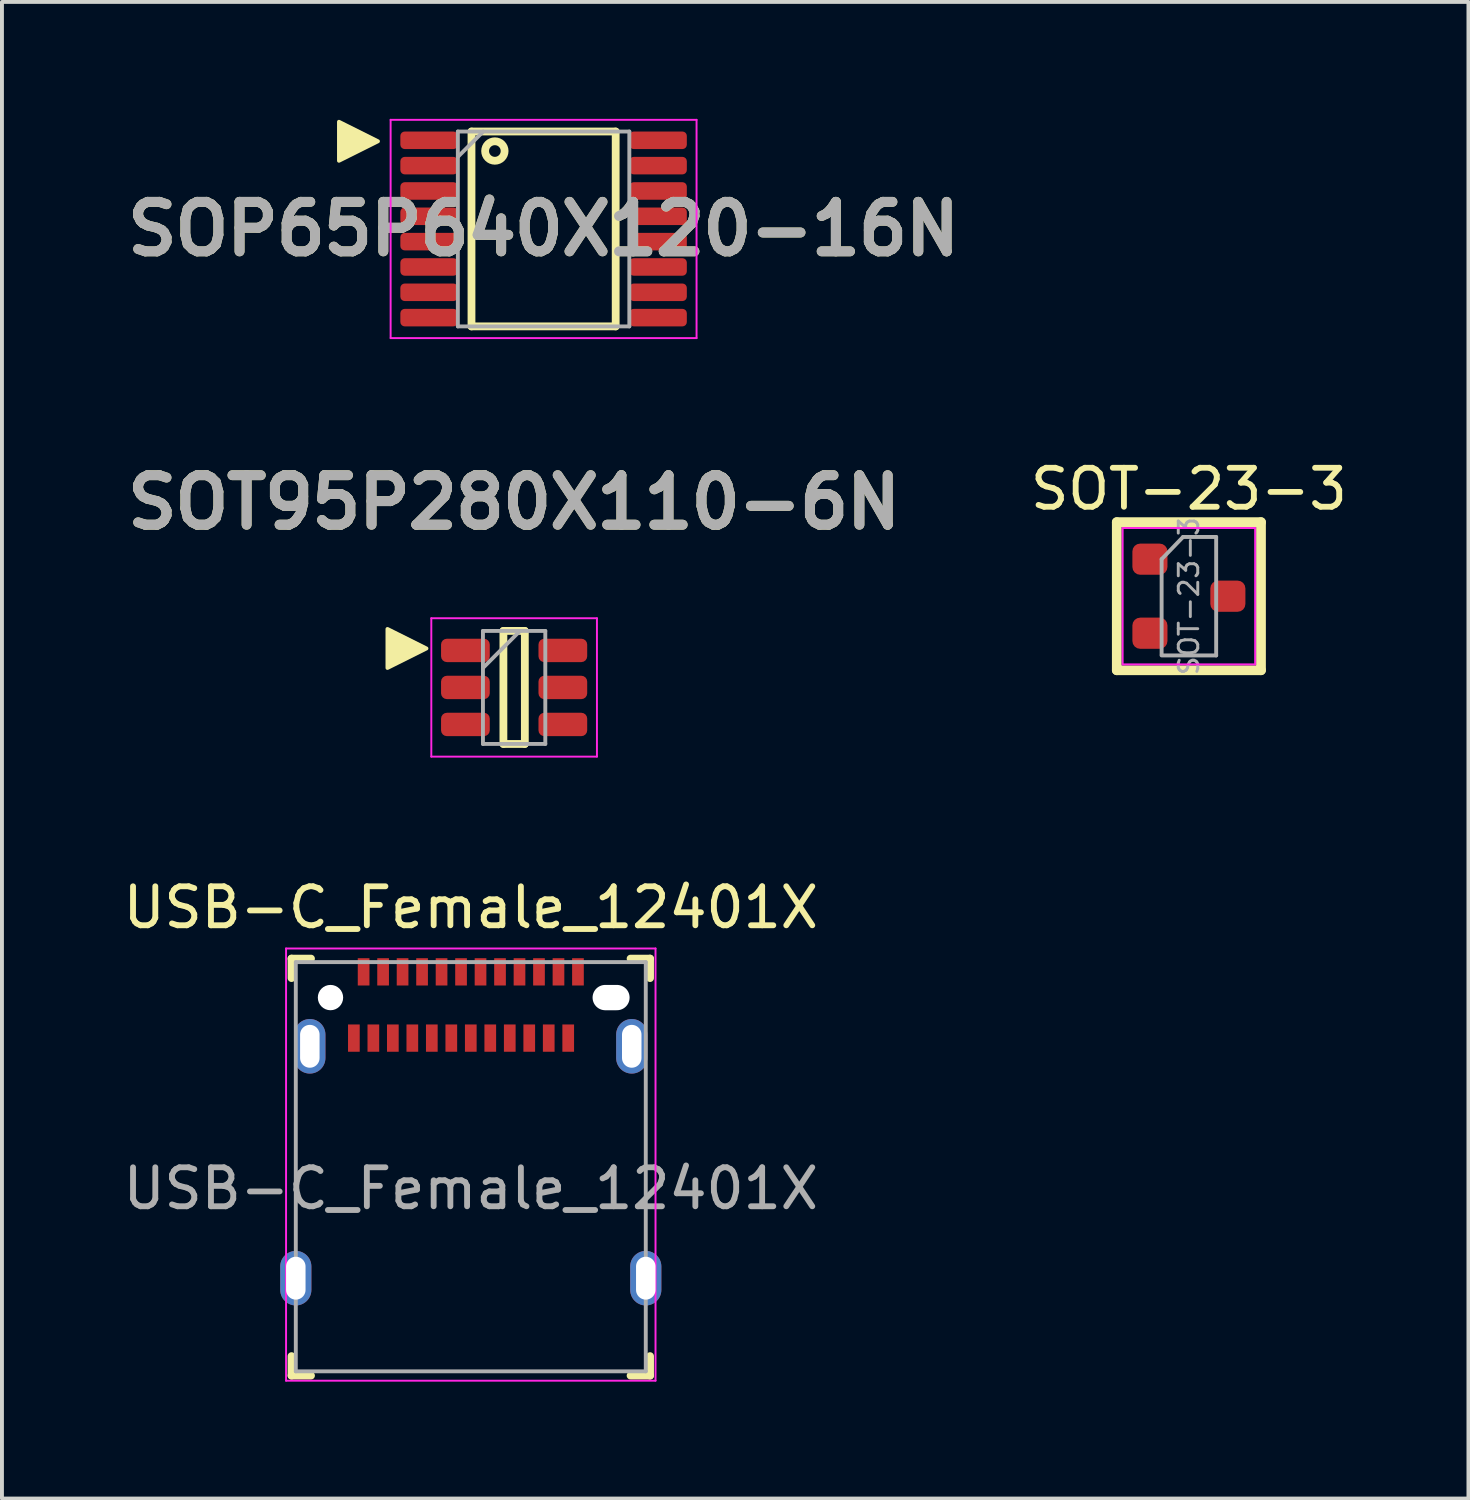
<source format=kicad_pcb>
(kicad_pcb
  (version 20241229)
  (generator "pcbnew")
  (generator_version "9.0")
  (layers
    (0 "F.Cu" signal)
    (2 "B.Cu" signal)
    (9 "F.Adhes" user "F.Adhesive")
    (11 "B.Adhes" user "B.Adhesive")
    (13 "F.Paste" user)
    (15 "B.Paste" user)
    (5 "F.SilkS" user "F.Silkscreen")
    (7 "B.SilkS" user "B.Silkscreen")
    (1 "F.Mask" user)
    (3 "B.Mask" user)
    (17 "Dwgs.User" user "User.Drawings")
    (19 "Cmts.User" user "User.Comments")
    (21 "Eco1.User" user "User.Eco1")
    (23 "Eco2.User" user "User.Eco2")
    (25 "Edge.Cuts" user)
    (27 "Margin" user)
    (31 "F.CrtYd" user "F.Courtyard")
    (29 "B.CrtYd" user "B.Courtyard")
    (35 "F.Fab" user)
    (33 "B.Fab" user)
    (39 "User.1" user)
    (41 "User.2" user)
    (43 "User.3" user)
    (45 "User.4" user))
  (footprint "USB-C_Female_12401X"
    (layer "F.Cu")
    (at 9.03 22.547)
    (property "Reference" "USB-C_Female_12401X" (at 0 -2.31 0) (layer "F.SilkS") (effects (font (size 1 1) (thickness 0.15))))
    (attr smd)
    (fp_line (start -4.6 -1) (end -4.6 -0.5) (stroke (width 0.2) (type solid)) (layer "F.SilkS"))
    (fp_line (start -4.6 -1) (end -4.1 -1) (stroke (width 0.2) (type solid)) (layer "F.SilkS"))
    (fp_line (start -4.6 9.7) (end -4.6 9.2) (stroke (width 0.2) (type solid)) (layer "F.SilkS"))
    (fp_line (start -4.6 9.7) (end -4.1 9.7) (stroke (width 0.2) (type solid)) (layer "F.SilkS"))
    (fp_line (start 4.6 -1) (end 4.1 -1) (stroke (width 0.2) (type solid)) (layer "F.SilkS"))
    (fp_line (start 4.6 -1) (end 4.6 -0.5) (stroke (width 0.2) (type solid)) (layer "F.SilkS"))
    (fp_line (start 4.6 9.7) (end 4.1 9.7) (stroke (width 0.2) (type solid)) (layer "F.SilkS"))
    (fp_line (start 4.6 9.7) (end 4.6 9.2) (stroke (width 0.2) (type solid)) (layer "F.SilkS"))
    (fp_line (start -4.74 -1.26) (end -4.74 9.83) (stroke (width 0.05) (type solid)) (layer "F.CrtYd"))
    (fp_line (start -4.74 -1.26) (end 4.74 -1.26) (stroke (width 0.05) (type solid)) (layer "F.CrtYd"))
    (fp_line (start -4.74 9.83) (end 4.74 9.83) (stroke (width 0.05) (type solid)) (layer "F.CrtYd"))
    (fp_line (start 4.74 -1.26) (end 4.74 9.83) (stroke (width 0.05) (type solid)) (layer "F.CrtYd"))
    (fp_line (start -4.49 -0.91) (end -4.49 9.59) (stroke (width 0.1) (type solid)) (layer "F.Fab"))
    (fp_line (start -4.49 -0.91) (end 4.49 -0.91) (stroke (width 0.1) (type solid)) (layer "F.Fab"))
    (fp_line (start -4.49 9.59) (end 4.49 9.59) (stroke (width 0.1) (type solid)) (layer "F.Fab"))
    (fp_line (start 4.49 -0.91) (end 4.49 9.59) (stroke (width 0.1) (type solid)) (layer "F.Fab"))
    (fp_text user "${REFERENCE}" (at 0 4.9 0) (layer "F.Fab") (effects (font (size 1 1) (thickness 0.15))))
    (pad "" np_thru_hole circle (at -3.6 0) (size 0.65 0.65) (drill 0.65) (layers "*.Cu" "*.Mask"))
    (pad "" np_thru_hole oval (at 3.6 0) (size 0.95 0.65) (drill oval 0.95 0.65) (layers "*.Cu" "*.Mask"))
    (pad "A1" smd rect (at -2.75 -0.66) (size 0.3 0.7) (layers "F.Cu" "F.Mask" "F.Paste"))
    (pad "A2" smd rect (at -2.25 -0.66) (size 0.3 0.7) (layers "F.Cu" "F.Mask" "F.Paste"))
    (pad "A3" smd rect (at -1.75 -0.66) (size 0.3 0.7) (layers "F.Cu" "F.Mask" "F.Paste"))
    (pad "A4" smd rect (at -1.25 -0.66) (size 0.3 0.7) (layers "F.Cu" "F.Mask" "F.Paste"))
    (pad "A5" smd rect (at -0.75 -0.66) (size 0.3 0.7) (layers "F.Cu" "F.Mask" "F.Paste"))
    (pad "A6" smd rect (at -0.25 -0.66) (size 0.3 0.7) (layers "F.Cu" "F.Mask" "F.Paste"))
    (pad "A7" smd rect (at 0.25 -0.66) (size 0.3 0.7) (layers "F.Cu" "F.Mask" "F.Paste"))
    (pad "A8" smd rect (at 0.75 -0.66) (size 0.3 0.7) (layers "F.Cu" "F.Mask" "F.Paste"))
    (pad "A9" smd rect (at 1.25 -0.66) (size 0.3 0.7) (layers "F.Cu" "F.Mask" "F.Paste"))
    (pad "A10" smd rect (at 1.75 -0.66) (size 0.3 0.7) (layers "F.Cu" "F.Mask" "F.Paste"))
    (pad "A11" smd rect (at 2.25 -0.66) (size 0.3 0.7) (layers "F.Cu" "F.Mask" "F.Paste"))
    (pad "A12" smd rect (at 2.75 -0.66) (size 0.3 0.7) (layers "F.Cu" "F.Mask" "F.Paste"))
    (pad "B1" smd rect (at 2.5 1.04) (size 0.3 0.7) (layers "F.Cu" "F.Mask" "F.Paste"))
    (pad "B2" smd rect (at 2 1.04) (size 0.3 0.7) (layers "F.Cu" "F.Mask" "F.Paste"))
    (pad "B3" smd rect (at 1.5 1.04) (size 0.3 0.7) (layers "F.Cu" "F.Mask" "F.Paste"))
    (pad "B4" smd rect (at 1 1.04) (size 0.3 0.7) (layers "F.Cu" "F.Mask" "F.Paste"))
    (pad "B5" smd rect (at 0.5 1.04) (size 0.3 0.7) (layers "F.Cu" "F.Mask" "F.Paste"))
    (pad "B6" smd rect (at 0 1.04) (size 0.3 0.7) (layers "F.Cu" "F.Mask" "F.Paste"))
    (pad "B7" smd rect (at -0.5 1.04) (size 0.3 0.7) (layers "F.Cu" "F.Mask" "F.Paste"))
    (pad "B8" smd rect (at -1 1.04) (size 0.3 0.7) (layers "F.Cu" "F.Mask" "F.Paste"))
    (pad "B9" smd rect (at -1.5 1.04) (size 0.3 0.7) (layers "F.Cu" "F.Mask" "F.Paste"))
    (pad "B10" smd rect (at -2 1.04) (size 0.3 0.7) (layers "F.Cu" "F.Mask" "F.Paste"))
    (pad "B11" smd rect (at -2.5 1.04) (size 0.3 0.7) (layers "F.Cu" "F.Mask" "F.Paste"))
    (pad "B12" smd rect (at -3 1.04) (size 0.3 0.7) (layers "F.Cu" "F.Mask" "F.Paste"))
    (pad "SH" thru_hole oval (at -4.49 7.2) (size 0.8 1.4) (drill oval 0.5 1.1) (layers "*.Cu" "*.Mask"))
    (pad "SH" thru_hole oval (at -4.13 1.25) (size 0.8 1.4) (drill oval 0.5 1.1) (layers "*.Cu" "*.Mask"))
    (pad "SH" thru_hole oval (at 4.13 1.25) (size 0.8 1.4) (drill oval 0.5 1.1) (layers "*.Cu" "*.Mask"))
    (pad "SH" thru_hole oval (at 4.49 7.2) (size 0.8 1.4) (drill oval 0.5 1.1) (layers "*.Cu" "*.Mask")))
  (footprint "SOT-23-3"
    (layer "F.Cu")
    (at 27.456 12.248)
    (property "Reference" "SOT-23-3" (at 0 -2.75 0) (layer "F.SilkS") (effects (font (size 1 1) (thickness 0.15))))
    (attr smd)
    (fp_line (start -1.85 -1.9) (end -1.85 1.9) (stroke (width 0.25) (type solid)) (layer "F.SilkS"))
    (fp_line (start -1.85 -1.9) (end 1.85 -1.9) (stroke (width 0.25) (type solid)) (layer "F.SilkS"))
    (fp_line (start -1.85 1.9) (end 1.85 1.9) (stroke (width 0.25) (type solid)) (layer "F.SilkS"))
    (fp_line (start 1.85 -1.9) (end 1.85 1.9) (stroke (width 0.25) (type solid)) (layer "F.SilkS"))
    (fp_line (start -1.7 -1.75) (end 1.7 -1.75) (stroke (width 0.05) (type solid)) (layer "F.CrtYd"))
    (fp_line (start -1.7 1.75) (end -1.7 -1.75) (stroke (width 0.05) (type solid)) (layer "F.CrtYd"))
    (fp_line (start 1.7 -1.75) (end 1.7 1.75) (stroke (width 0.05) (type solid)) (layer "F.CrtYd"))
    (fp_line (start 1.7 1.75) (end -1.7 1.75) (stroke (width 0.05) (type solid)) (layer "F.CrtYd"))
    (fp_line (start -0.7 -0.95) (end -0.7 1.5) (stroke (width 0.1) (type solid)) (layer "F.Fab"))
    (fp_line (start -0.7 -0.95) (end -0.15 -1.52) (stroke (width 0.1) (type solid)) (layer "F.Fab"))
    (fp_line (start -0.7 1.52) (end 0.7 1.52) (stroke (width 0.1) (type solid)) (layer "F.Fab"))
    (fp_line (start -0.15 -1.52) (end 0.7 -1.52) (stroke (width 0.1) (type solid)) (layer "F.Fab"))
    (fp_line (start 0.7 -1.52) (end 0.7 1.52) (stroke (width 0.1) (type solid)) (layer "F.Fab"))
    (fp_text user "${REFERENCE}" (at 0 0 90) (layer "F.Fab") (effects (font (size 0.5 0.5) (thickness 0.075))))
    (pad "1" smd roundrect (at -1 -0.95) (size 0.9 0.8) (layers "F.Cu" "F.Mask" "F.Paste") (roundrect_rratio 0.25))
    (pad "2" smd roundrect (at -1 0.95) (size 0.9 0.8) (layers "F.Cu" "F.Mask" "F.Paste") (roundrect_rratio 0.25))
    (pad "3" smd roundrect (at 1 0) (size 0.9 0.8) (layers "F.Cu" "F.Mask" "F.Paste") (roundrect_rratio 0.25)))
  (footprint "SOP65P640X120-16N"
    (layer "F.Cu")
    (at 10.898 2.825)
    (property "Reference" "SOP65P640X120-16N" (at 0 0 0) (layer "F.SilkS") (effects (font (size 1.27 1.27) (thickness 0.254))))
    (attr smd)
    (fp_line (start -1.85 -2.5) (end 1.85 -2.5) (stroke (width 0.2) (type solid)) (layer "F.SilkS"))
    (fp_line (start -1.85 2.5) (end -1.85 -2.5) (stroke (width 0.2) (type solid)) (layer "F.SilkS"))
    (fp_line (start 1.85 -2.5) (end 1.85 2.5) (stroke (width 0.2) (type solid)) (layer "F.SilkS"))
    (fp_line (start 1.85 2.5) (end -1.85 2.5) (stroke (width 0.2) (type solid)) (layer "F.SilkS"))
    (fp_circle (center -1.25 -2) (end -1.25 -2.25) (stroke (width 0.2) (type solid)) (fill no) (layer "F.SilkS"))
    (fp_poly (pts (xy -4.25 -2.25) (xy -5.25 -1.75) (xy -5.25 -2.75)) (stroke (width 0.1) (type solid)) (fill yes) (layer "F.SilkS"))
    (fp_line (start -3.925 -2.8) (end 3.925 -2.8) (stroke (width 0.05) (type solid)) (layer "F.CrtYd"))
    (fp_line (start -3.925 2.8) (end -3.925 -2.8) (stroke (width 0.05) (type solid)) (layer "F.CrtYd"))
    (fp_line (start 3.925 -2.8) (end 3.925 2.8) (stroke (width 0.05) (type solid)) (layer "F.CrtYd"))
    (fp_line (start 3.925 2.8) (end -3.925 2.8) (stroke (width 0.05) (type solid)) (layer "F.CrtYd"))
    (fp_line (start -2.2 -2.5) (end 2.2 -2.5) (stroke (width 0.1) (type solid)) (layer "F.Fab"))
    (fp_line (start -2.2 -1.85) (end -1.55 -2.5) (stroke (width 0.1) (type solid)) (layer "F.Fab"))
    (fp_line (start -2.2 2.5) (end -2.2 -2.5) (stroke (width 0.1) (type solid)) (layer "F.Fab"))
    (fp_line (start 2.2 -2.5) (end 2.2 2.5) (stroke (width 0.1) (type solid)) (layer "F.Fab"))
    (fp_line (start 2.2 2.5) (end -2.2 2.5) (stroke (width 0.1) (type solid)) (layer "F.Fab"))
    (fp_text user "${REFERENCE}" (at 0 0 0) (layer "F.Fab") (effects (font (size 1.27 1.27) (thickness 0.254))))
    (pad "1" smd roundrect (at -2.938 -2.275 90) (size 0.45 1.475) (layers "F.Cu" "F.Mask" "F.Paste") (roundrect_rratio 0.25))
    (pad "2" smd roundrect (at -2.938 -1.625 90) (size 0.45 1.475) (layers "F.Cu" "F.Mask" "F.Paste") (roundrect_rratio 0.25))
    (pad "3" smd roundrect (at -2.938 -0.975 90) (size 0.45 1.475) (layers "F.Cu" "F.Mask" "F.Paste") (roundrect_rratio 0.25))
    (pad "4" smd roundrect (at -2.938 -0.325 90) (size 0.45 1.475) (layers "F.Cu" "F.Mask" "F.Paste") (roundrect_rratio 0.25))
    (pad "5" smd roundrect (at -2.938 0.325 90) (size 0.45 1.475) (layers "F.Cu" "F.Mask" "F.Paste") (roundrect_rratio 0.25))
    (pad "6" smd roundrect (at -2.938 0.975 90) (size 0.45 1.475) (layers "F.Cu" "F.Mask" "F.Paste") (roundrect_rratio 0.25))
    (pad "7" smd roundrect (at -2.938 1.625 90) (size 0.45 1.475) (layers "F.Cu" "F.Mask" "F.Paste") (roundrect_rratio 0.25))
    (pad "8" smd roundrect (at -2.938 2.275 90) (size 0.45 1.475) (layers "F.Cu" "F.Mask" "F.Paste") (roundrect_rratio 0.25))
    (pad "9" smd roundrect (at 2.938 2.275 90) (size 0.45 1.475) (layers "F.Cu" "F.Mask" "F.Paste") (roundrect_rratio 0.25))
    (pad "10" smd roundrect (at 2.938 1.625 90) (size 0.45 1.475) (layers "F.Cu" "F.Mask" "F.Paste") (roundrect_rratio 0.25))
    (pad "11" smd roundrect (at 2.938 0.975 90) (size 0.45 1.475) (layers "F.Cu" "F.Mask" "F.Paste") (roundrect_rratio 0.25))
    (pad "12" smd roundrect (at 2.938 0.325 90) (size 0.45 1.475) (layers "F.Cu" "F.Mask" "F.Paste") (roundrect_rratio 0.25))
    (pad "13" smd roundrect (at 2.938 -0.325 90) (size 0.45 1.475) (layers "F.Cu" "F.Mask" "F.Paste") (roundrect_rratio 0.25))
    (pad "14" smd roundrect (at 2.938 -0.975 90) (size 0.45 1.475) (layers "F.Cu" "F.Mask" "F.Paste") (roundrect_rratio 0.25))
    (pad "15" smd roundrect (at 2.938 -1.625 90) (size 0.45 1.475) (layers "F.Cu" "F.Mask" "F.Paste") (roundrect_rratio 0.25))
    (pad "16" smd roundrect (at 2.938 -2.275 90) (size 0.45 1.475) (layers "F.Cu" "F.Mask" "F.Paste") (roundrect_rratio 0.25)))
  (footprint "SOT95P280X110-6N"
    (layer "F.Cu")
    (at 10.142 14.589)
    (property "Reference" "SOT95P280X110-6N" (at 0 -4.75 0) (layer "F.SilkS") (effects (font (size 1.27 1.27) (thickness 0.254))))
    (attr smd)
    (fp_line (start -0.275 -1.45) (end 0.275 -1.45) (stroke (width 0.2) (type solid)) (layer "F.SilkS"))
    (fp_line (start -0.275 1.45) (end -0.275 -1.45) (stroke (width 0.2) (type solid)) (layer "F.SilkS"))
    (fp_line (start 0.275 -1.45) (end 0.275 1.45) (stroke (width 0.2) (type solid)) (layer "F.SilkS"))
    (fp_line (start 0.275 1.45) (end -0.275 1.45) (stroke (width 0.2) (type solid)) (layer "F.SilkS"))
    (fp_poly (pts (xy -2.25 -1) (xy -3.25 -0.5) (xy -3.25 -1.5)) (stroke (width 0.1) (type solid)) (fill yes) (layer "F.SilkS"))
    (fp_line (start -2.125 -1.775) (end 2.125 -1.775) (stroke (width 0.05) (type solid)) (layer "F.CrtYd"))
    (fp_line (start -2.125 1.775) (end -2.125 -1.775) (stroke (width 0.05) (type solid)) (layer "F.CrtYd"))
    (fp_line (start 2.125 -1.775) (end 2.125 1.775) (stroke (width 0.05) (type solid)) (layer "F.CrtYd"))
    (fp_line (start 2.125 1.775) (end -2.125 1.775) (stroke (width 0.05) (type solid)) (layer "F.CrtYd"))
    (fp_line (start -0.8 -1.45) (end 0.8 -1.45) (stroke (width 0.1) (type solid)) (layer "F.Fab"))
    (fp_line (start -0.8 -0.5) (end 0.15 -1.45) (stroke (width 0.1) (type solid)) (layer "F.Fab"))
    (fp_line (start -0.8 1.45) (end -0.8 -1.45) (stroke (width 0.1) (type solid)) (layer "F.Fab"))
    (fp_line (start 0.8 -1.45) (end 0.8 1.45) (stroke (width 0.1) (type solid)) (layer "F.Fab"))
    (fp_line (start 0.8 1.45) (end -0.8 1.45) (stroke (width 0.1) (type solid)) (layer "F.Fab"))
    (fp_text user "${REFERENCE}" (at 0 -4.75 0) (layer "F.Fab") (effects (font (size 1.27 1.27) (thickness 0.254))))
    (pad "1" smd roundrect (at -1.25 -0.95 90) (size 0.6 1.25) (layers "F.Cu" "F.Mask" "F.Paste") (roundrect_rratio 0.25))
    (pad "2" smd roundrect (at -1.25 0 90) (size 0.6 1.25) (layers "F.Cu" "F.Mask" "F.Paste") (roundrect_rratio 0.25))
    (pad "3" smd roundrect (at -1.25 0.95 90) (size 0.6 1.25) (layers "F.Cu" "F.Mask" "F.Paste") (roundrect_rratio 0.25))
    (pad "4" smd roundrect (at 1.25 0.95 90) (size 0.6 1.25) (layers "F.Cu" "F.Mask" "F.Paste") (roundrect_rratio 0.25))
    (pad "5" smd roundrect (at 1.25 0 90) (size 0.6 1.25) (layers "F.Cu" "F.Mask" "F.Paste") (roundrect_rratio 0.25))
    (pad "6" smd roundrect (at 1.25 -0.95 90) (size 0.6 1.25) (layers "F.Cu" "F.Mask" "F.Paste") (roundrect_rratio 0.25)))
  (gr_rect
    (start -3 -3)
    (end 34.629 35.402)
    (stroke (width 0.1) (type default))
    (fill no)
    (layer "Edge.Cuts")))
</source>
